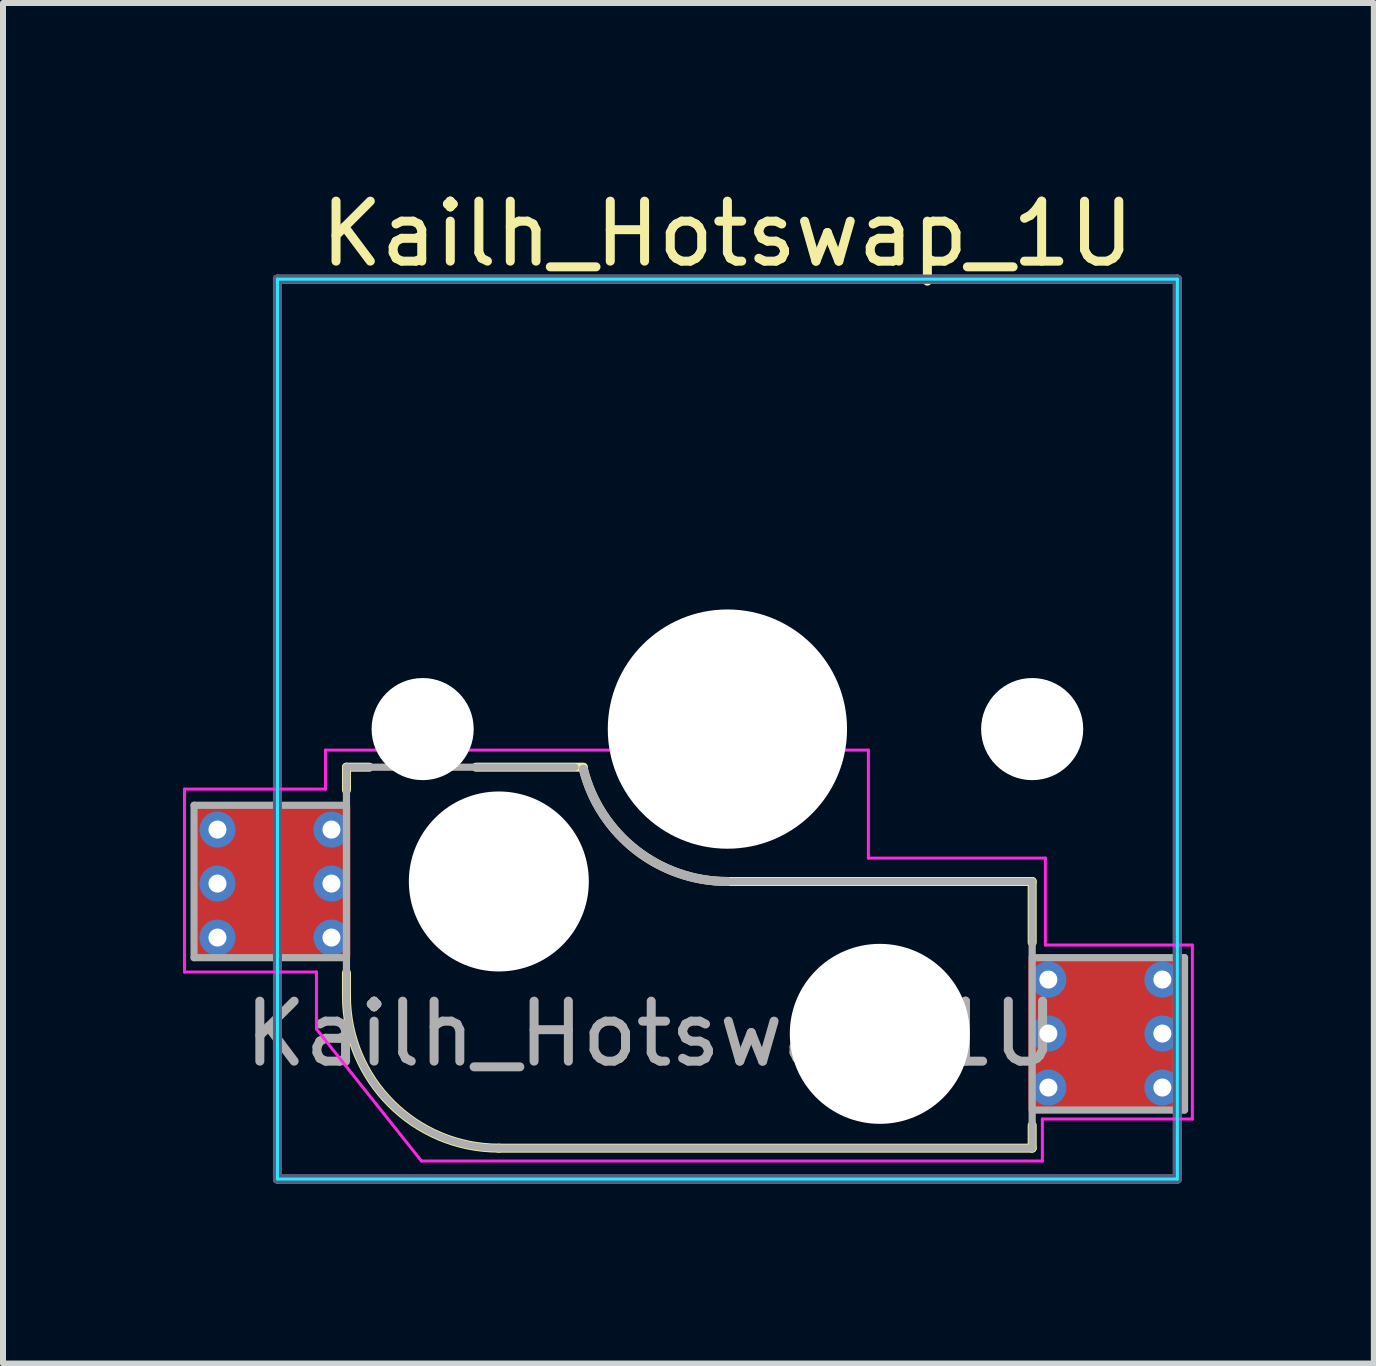
<source format=kicad_pcb>
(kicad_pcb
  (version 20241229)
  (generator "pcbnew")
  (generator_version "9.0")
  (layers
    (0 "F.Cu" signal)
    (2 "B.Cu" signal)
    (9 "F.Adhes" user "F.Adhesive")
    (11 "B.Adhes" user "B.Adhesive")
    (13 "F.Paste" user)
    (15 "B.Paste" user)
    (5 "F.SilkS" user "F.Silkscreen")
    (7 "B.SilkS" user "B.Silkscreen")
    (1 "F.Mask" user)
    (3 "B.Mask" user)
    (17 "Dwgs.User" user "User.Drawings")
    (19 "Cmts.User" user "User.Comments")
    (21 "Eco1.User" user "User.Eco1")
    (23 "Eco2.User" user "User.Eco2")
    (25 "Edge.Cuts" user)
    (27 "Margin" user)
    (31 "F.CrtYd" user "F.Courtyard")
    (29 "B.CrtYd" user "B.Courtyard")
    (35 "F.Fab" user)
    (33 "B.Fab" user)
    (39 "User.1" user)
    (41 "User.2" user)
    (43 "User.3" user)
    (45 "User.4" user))
  (footprint "Kailh_Hotswap_1U"
    (layer "F.Cu")
    (at 9.075 9.103)
    (property "Reference" "Kailh_Hotswap_1U" (at 0 -8.255 0) (layer "F.SilkS") (effects (font (size 1 1) (thickness 0.15))))
    (attr smd)
    (fp_line (start -6.35 0.635) (end -5.969 0.635) (stroke (width 0.15) (type solid)) (layer "F.SilkS"))
    (fp_line (start -6.35 1.016) (end -6.35 0.635) (stroke (width 0.15) (type solid)) (layer "F.SilkS"))
    (fp_line (start -6.35 4.445) (end -6.35 4.064) (stroke (width 0.15) (type solid)) (layer "F.SilkS"))
    (fp_line (start -4.191 0.635) (end -2.4 0.635) (stroke (width 0.15) (type solid)) (layer "F.SilkS"))
    (fp_line (start 0 2.54) (end 5.08 2.54) (stroke (width 0.15) (type solid)) (layer "F.SilkS"))
    (fp_line (start 5.08 2.54) (end 5.08 3.556) (stroke (width 0.15) (type solid)) (layer "F.SilkS"))
    (fp_line (start 5.08 6.604) (end 5.08 6.985) (stroke (width 0.15) (type solid)) (layer "F.SilkS"))
    (fp_line (start 5.08 6.985) (end -3.81 6.985) (stroke (width 0.15) (type solid)) (layer "F.SilkS"))
    (fp_arc (start -3.81 6.985) (mid -5.606051 6.241051) (end -6.35 4.445) (stroke (width 0.15) (type solid)) (layer "F.SilkS"))
    (fp_arc (start 0.001565 2.54) (mid -1.521828 2.016531) (end -2.399998 0.666137) (stroke (width 0.15) (type solid)) (layer "F.SilkS"))
    (fp_line (start -7.5 -7.5) (end -7.5 7.5) (stroke (width 0.05) (type solid)) (layer "B.CrtYd"))
    (fp_line (start -7.5 -7.5) (end 7.5 -7.5) (stroke (width 0.05) (type solid)) (layer "B.CrtYd"))
    (fp_line (start -7.5 7.5) (end 7.5 7.5) (stroke (width 0.05) (type solid)) (layer "B.CrtYd"))
    (fp_line (start 7.5 7.5) (end 7.5 -7.5) (stroke (width 0.05) (type solid)) (layer "B.CrtYd"))
    (fp_line (start -9.05 1) (end -6.7 1) (stroke (width 0.05) (type solid)) (layer "F.CrtYd"))
    (fp_line (start -9.05 4.05) (end -9.05 1) (stroke (width 0.05) (type solid)) (layer "F.CrtYd"))
    (fp_line (start -9.05 4.05) (end -6.85 4.05) (stroke (width 0.05) (type solid)) (layer "F.CrtYd"))
    (fp_line (start -6.85 4.05) (end -6.85 5) (stroke (width 0.05) (type solid)) (layer "F.CrtYd"))
    (fp_line (start -6.7 0.35) (end -6.7 1) (stroke (width 0.05) (type solid)) (layer "F.CrtYd"))
    (fp_line (start -6.7 0.35) (end 2.35 0.35) (stroke (width 0.05) (type solid)) (layer "F.CrtYd"))
    (fp_line (start -5.1 7.2) (end -6.85 5) (stroke (width 0.05) (type solid)) (layer "F.CrtYd"))
    (fp_line (start -5.1 7.2) (end 5.25 7.2) (stroke (width 0.05) (type solid)) (layer "F.CrtYd"))
    (fp_line (start 2.35 2.15) (end 2.35 0.35) (stroke (width 0.05) (type solid)) (layer "F.CrtYd"))
    (fp_line (start 2.35 2.15) (end 5.3 2.15) (stroke (width 0.05) (type solid)) (layer "F.CrtYd"))
    (fp_line (start 5.25 7.2) (end 5.25 6.5) (stroke (width 0.05) (type solid)) (layer "F.CrtYd"))
    (fp_line (start 5.3 2.15) (end 5.3 3.6) (stroke (width 0.05) (type solid)) (layer "F.CrtYd"))
    (fp_line (start 7.75 3.6) (end 5.3 3.6) (stroke (width 0.05) (type solid)) (layer "F.CrtYd"))
    (fp_line (start 7.75 6.5) (end 5.25 6.5) (stroke (width 0.05) (type solid)) (layer "F.CrtYd"))
    (fp_line (start 7.75 6.5) (end 7.75 3.6) (stroke (width 0.05) (type solid)) (layer "F.CrtYd"))
    (fp_line (start -7.5 -7.5) (end 7.5 -7.5) (stroke (width 0.15) (type solid)) (layer "B.Fab"))
    (fp_line (start -7.5 7.5) (end -7.5 -7.5) (stroke (width 0.15) (type solid)) (layer "B.Fab"))
    (fp_line (start 7.5 -7.5) (end 7.5 7.5) (stroke (width 0.15) (type solid)) (layer "B.Fab"))
    (fp_line (start 7.5 7.5) (end -7.5 7.5) (stroke (width 0.15) (type solid)) (layer "B.Fab"))
    (fp_line (start -8.89 1.27) (end -8.89 3.81) (stroke (width 0.12) (type solid)) (layer "F.Fab"))
    (fp_line (start -8.89 3.81) (end -6.35 3.81) (stroke (width 0.12) (type solid)) (layer "F.Fab"))
    (fp_line (start -7.5 -7.5) (end 7.5 -7.5) (stroke (width 0.15) (type solid)) (layer "F.Fab"))
    (fp_line (start -7.5 7.5) (end -7.5 -7.5) (stroke (width 0.15) (type solid)) (layer "F.Fab"))
    (fp_line (start -6.35 0.635) (end -6.35 4.445) (stroke (width 0.12) (type solid)) (layer "F.Fab"))
    (fp_line (start -6.35 1.27) (end -8.89 1.27) (stroke (width 0.12) (type solid)) (layer "F.Fab"))
    (fp_line (start -3.81 6.985) (end 5.08 6.985) (stroke (width 0.12) (type solid)) (layer "F.Fab"))
    (fp_line (start -2.54 0.635) (end -6.35 0.635) (stroke (width 0.12) (type solid)) (layer "F.Fab"))
    (fp_line (start 5.08 2.54) (end 0 2.54) (stroke (width 0.12) (type solid)) (layer "F.Fab"))
    (fp_line (start 5.08 6.35) (end 7.62 6.35) (stroke (width 0.12) (type solid)) (layer "F.Fab"))
    (fp_line (start 5.08 6.985) (end 5.08 2.54) (stroke (width 0.12) (type solid)) (layer "F.Fab"))
    (fp_line (start 7.5 -7.5) (end 7.5 7.5) (stroke (width 0.15) (type solid)) (layer "F.Fab"))
    (fp_line (start 7.5 7.5) (end -7.5 7.5) (stroke (width 0.15) (type solid)) (layer "F.Fab"))
    (fp_line (start 7.62 3.81) (end 5.08 3.81) (stroke (width 0.12) (type solid)) (layer "F.Fab"))
    (fp_line (start 7.62 6.35) (end 7.62 3.81) (stroke (width 0.12) (type solid)) (layer "F.Fab"))
    (fp_arc (start -3.81 6.985) (mid -5.606051 6.241051) (end -6.35 4.445) (stroke (width 0.12) (type solid)) (layer "F.Fab"))
    (fp_arc (start 0 2.54) (mid -1.523393 2.016531) (end -2.401563 0.666137) (stroke (width 0.15) (type solid)) (layer "F.Fab"))
    (fp_text user "${REFERENCE}" (at -1.27 5.08 0) (layer "F.Fab") (effects (font (size 1 1) (thickness 0.15))))
    (pad "" np_thru_hole circle (at -5.08 0) (size 1.702 1.702) (drill 1.702) (layers "*.Cu" "*.Mask"))
    (pad "" np_thru_hole circle (at -3.81 2.54) (size 3 3) (drill 3) (layers "*.Cu" "*.Mask"))
    (pad "" np_thru_hole circle (at 0 0) (size 3.988 3.988) (drill 3.988) (layers "*.Cu" "*.Mask"))
    (pad "" np_thru_hole circle (at 2.54 5.08) (size 3 3) (drill 3) (layers "*.Cu" "*.Mask"))
    (pad "" np_thru_hole circle (at 5.08 0) (size 1.702 1.702) (drill 1.702) (layers "*.Cu" "*.Mask"))
    (pad "1" thru_hole circle (at 5.35 4.175) (size 0.6 0.6) (drill 0.3) (layers "*.Cu" "F.Mask"))
    (pad "1" thru_hole circle (at 5.35 5.075) (size 0.6 0.6) (drill 0.3) (layers "*.Cu" "F.Mask"))
    (pad "1" thru_hole circle (at 5.35 5.975) (size 0.6 0.6) (drill 0.3) (layers "*.Cu" "F.Mask"))
    (pad "1" smd rect (at 6.29 5.08) (size 2.55 2.5) (layers "F.Cu" "F.Mask" "F.Paste"))
    (pad "1" thru_hole circle (at 7.25 4.175) (size 0.6 0.6) (drill 0.3) (layers "*.Cu" "F.Mask"))
    (pad "1" thru_hole circle (at 7.25 5.075) (size 0.6 0.6) (drill 0.3) (layers "*.Cu" "F.Mask"))
    (pad "1" thru_hole circle (at 7.25 5.975) (size 0.6 0.6) (drill 0.3) (layers "*.Cu" "F.Mask"))
    (pad "2" thru_hole circle (at -8.5 1.675) (size 0.6 0.6) (drill 0.3) (layers "*.Cu" "F.Mask"))
    (pad "2" thru_hole circle (at -8.5 2.575) (size 0.6 0.6) (drill 0.3) (layers "*.Cu" "F.Mask"))
    (pad "2" thru_hole circle (at -8.5 3.475) (size 0.6 0.6) (drill 0.3) (layers "*.Cu" "F.Mask"))
    (pad "2" smd rect (at -7.56 2.54) (size 2.55 2.5) (layers "F.Cu" "F.Mask" "F.Paste"))
    (pad "2" thru_hole circle (at -6.6 1.675) (size 0.6 0.6) (drill 0.3) (layers "*.Cu" "F.Mask"))
    (pad "2" thru_hole circle (at -6.6 2.575) (size 0.6 0.6) (drill 0.3) (layers "*.Cu" "F.Mask"))
    (pad "2" thru_hole circle (at -6.6 3.475) (size 0.6 0.6) (drill 0.3) (layers "*.Cu" "F.Mask")))
  (gr_rect
    (start -3 -3)
    (end 19.85 19.678)
    (stroke (width 0.1) (type default))
    (fill no)
    (layer "Edge.Cuts")))
</source>
